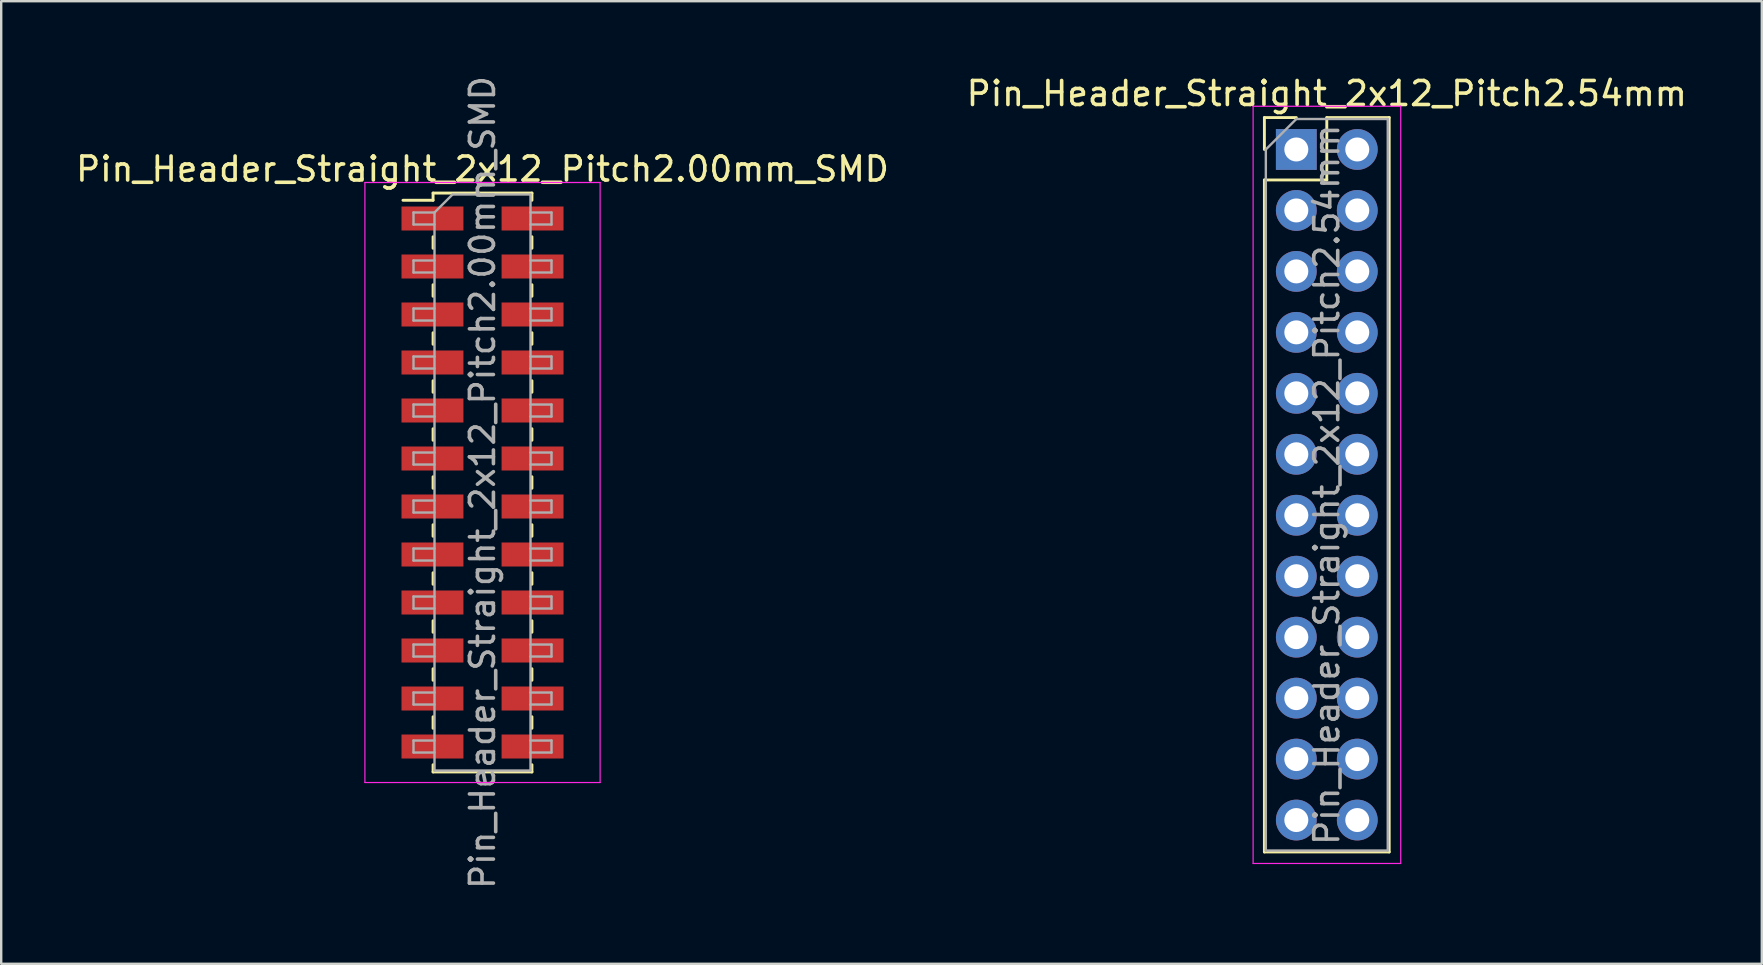
<source format=kicad_pcb>
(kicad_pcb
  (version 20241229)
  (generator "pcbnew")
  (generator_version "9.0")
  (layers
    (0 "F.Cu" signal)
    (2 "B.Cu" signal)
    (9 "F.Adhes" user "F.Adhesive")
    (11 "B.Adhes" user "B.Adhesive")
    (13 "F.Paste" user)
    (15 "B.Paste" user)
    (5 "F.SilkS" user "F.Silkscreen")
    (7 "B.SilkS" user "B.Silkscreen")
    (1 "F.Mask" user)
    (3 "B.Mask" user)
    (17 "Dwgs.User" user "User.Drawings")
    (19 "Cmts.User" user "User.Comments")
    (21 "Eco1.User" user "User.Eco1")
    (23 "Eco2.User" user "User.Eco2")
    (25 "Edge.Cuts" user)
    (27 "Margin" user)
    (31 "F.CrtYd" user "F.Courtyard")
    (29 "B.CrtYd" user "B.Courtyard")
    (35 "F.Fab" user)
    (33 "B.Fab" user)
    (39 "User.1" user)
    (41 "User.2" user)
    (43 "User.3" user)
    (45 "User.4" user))
  (footprint "Pin_Header_Straight_2x12_Pitch2.00mm_SMD"
    (layer "F.Cu")
    (at 17.054 17.054)
    (property "Reference" "Pin_Header_Straight_2x12_Pitch2.00mm_SMD" (at 0 -13.06 0) (layer "F.SilkS") (effects (font (size 1 1) (thickness 0.15))))
    (attr smd)
    (fp_line (start -3.315 -11.76) (end -2.06 -11.76) (stroke (width 0.12) (type solid)) (layer "F.SilkS"))
    (fp_line (start -2.06 -12.06) (end -2.06 -11.76) (stroke (width 0.12) (type solid)) (layer "F.SilkS"))
    (fp_line (start -2.06 -12.06) (end 2.06 -12.06) (stroke (width 0.12) (type solid)) (layer "F.SilkS"))
    (fp_line (start -2.06 -10.24) (end -2.06 -9.76) (stroke (width 0.12) (type solid)) (layer "F.SilkS"))
    (fp_line (start -2.06 -8.24) (end -2.06 -7.76) (stroke (width 0.12) (type solid)) (layer "F.SilkS"))
    (fp_line (start -2.06 -6.24) (end -2.06 -5.76) (stroke (width 0.12) (type solid)) (layer "F.SilkS"))
    (fp_line (start -2.06 -4.24) (end -2.06 -3.76) (stroke (width 0.12) (type solid)) (layer "F.SilkS"))
    (fp_line (start -2.06 -2.24) (end -2.06 -1.76) (stroke (width 0.12) (type solid)) (layer "F.SilkS"))
    (fp_line (start -2.06 -0.24) (end -2.06 0.24) (stroke (width 0.12) (type solid)) (layer "F.SilkS"))
    (fp_line (start -2.06 1.76) (end -2.06 2.24) (stroke (width 0.12) (type solid)) (layer "F.SilkS"))
    (fp_line (start -2.06 3.76) (end -2.06 4.24) (stroke (width 0.12) (type solid)) (layer "F.SilkS"))
    (fp_line (start -2.06 5.76) (end -2.06 6.24) (stroke (width 0.12) (type solid)) (layer "F.SilkS"))
    (fp_line (start -2.06 7.76) (end -2.06 8.24) (stroke (width 0.12) (type solid)) (layer "F.SilkS"))
    (fp_line (start -2.06 9.76) (end -2.06 10.24) (stroke (width 0.12) (type solid)) (layer "F.SilkS"))
    (fp_line (start -2.06 11.76) (end -2.06 12.06) (stroke (width 0.12) (type solid)) (layer "F.SilkS"))
    (fp_line (start -2.06 12.06) (end 2.06 12.06) (stroke (width 0.12) (type solid)) (layer "F.SilkS"))
    (fp_line (start 2.06 -12.06) (end 2.06 -11.76) (stroke (width 0.12) (type solid)) (layer "F.SilkS"))
    (fp_line (start 2.06 -10.24) (end 2.06 -9.76) (stroke (width 0.12) (type solid)) (layer "F.SilkS"))
    (fp_line (start 2.06 -8.24) (end 2.06 -7.76) (stroke (width 0.12) (type solid)) (layer "F.SilkS"))
    (fp_line (start 2.06 -6.24) (end 2.06 -5.76) (stroke (width 0.12) (type solid)) (layer "F.SilkS"))
    (fp_line (start 2.06 -4.24) (end 2.06 -3.76) (stroke (width 0.12) (type solid)) (layer "F.SilkS"))
    (fp_line (start 2.06 -2.24) (end 2.06 -1.76) (stroke (width 0.12) (type solid)) (layer "F.SilkS"))
    (fp_line (start 2.06 -0.24) (end 2.06 0.24) (stroke (width 0.12) (type solid)) (layer "F.SilkS"))
    (fp_line (start 2.06 1.76) (end 2.06 2.24) (stroke (width 0.12) (type solid)) (layer "F.SilkS"))
    (fp_line (start 2.06 3.76) (end 2.06 4.24) (stroke (width 0.12) (type solid)) (layer "F.SilkS"))
    (fp_line (start 2.06 5.76) (end 2.06 6.24) (stroke (width 0.12) (type solid)) (layer "F.SilkS"))
    (fp_line (start 2.06 7.76) (end 2.06 8.24) (stroke (width 0.12) (type solid)) (layer "F.SilkS"))
    (fp_line (start 2.06 9.76) (end 2.06 10.24) (stroke (width 0.12) (type solid)) (layer "F.SilkS"))
    (fp_line (start 2.06 11.76) (end 2.06 12.06) (stroke (width 0.12) (type solid)) (layer "F.SilkS"))
    (fp_line (start -4.9 -12.5) (end -4.9 12.5) (stroke (width 0.05) (type solid)) (layer "F.CrtYd"))
    (fp_line (start -4.9 12.5) (end 4.9 12.5) (stroke (width 0.05) (type solid)) (layer "F.CrtYd"))
    (fp_line (start 4.9 -12.5) (end -4.9 -12.5) (stroke (width 0.05) (type solid)) (layer "F.CrtYd"))
    (fp_line (start 4.9 12.5) (end 4.9 -12.5) (stroke (width 0.05) (type solid)) (layer "F.CrtYd"))
    (fp_line (start -2.875 -11.25) (end -2.875 -10.75) (stroke (width 0.1) (type solid)) (layer "F.Fab"))
    (fp_line (start -2.875 -10.75) (end -2 -10.75) (stroke (width 0.1) (type solid)) (layer "F.Fab"))
    (fp_line (start -2.875 -9.25) (end -2.875 -8.75) (stroke (width 0.1) (type solid)) (layer "F.Fab"))
    (fp_line (start -2.875 -8.75) (end -2 -8.75) (stroke (width 0.1) (type solid)) (layer "F.Fab"))
    (fp_line (start -2.875 -7.25) (end -2.875 -6.75) (stroke (width 0.1) (type solid)) (layer "F.Fab"))
    (fp_line (start -2.875 -6.75) (end -2 -6.75) (stroke (width 0.1) (type solid)) (layer "F.Fab"))
    (fp_line (start -2.875 -5.25) (end -2.875 -4.75) (stroke (width 0.1) (type solid)) (layer "F.Fab"))
    (fp_line (start -2.875 -4.75) (end -2 -4.75) (stroke (width 0.1) (type solid)) (layer "F.Fab"))
    (fp_line (start -2.875 -3.25) (end -2.875 -2.75) (stroke (width 0.1) (type solid)) (layer "F.Fab"))
    (fp_line (start -2.875 -2.75) (end -2 -2.75) (stroke (width 0.1) (type solid)) (layer "F.Fab"))
    (fp_line (start -2.875 -1.25) (end -2.875 -0.75) (stroke (width 0.1) (type solid)) (layer "F.Fab"))
    (fp_line (start -2.875 -0.75) (end -2 -0.75) (stroke (width 0.1) (type solid)) (layer "F.Fab"))
    (fp_line (start -2.875 0.75) (end -2.875 1.25) (stroke (width 0.1) (type solid)) (layer "F.Fab"))
    (fp_line (start -2.875 1.25) (end -2 1.25) (stroke (width 0.1) (type solid)) (layer "F.Fab"))
    (fp_line (start -2.875 2.75) (end -2.875 3.25) (stroke (width 0.1) (type solid)) (layer "F.Fab"))
    (fp_line (start -2.875 3.25) (end -2 3.25) (stroke (width 0.1) (type solid)) (layer "F.Fab"))
    (fp_line (start -2.875 4.75) (end -2.875 5.25) (stroke (width 0.1) (type solid)) (layer "F.Fab"))
    (fp_line (start -2.875 5.25) (end -2 5.25) (stroke (width 0.1) (type solid)) (layer "F.Fab"))
    (fp_line (start -2.875 6.75) (end -2.875 7.25) (stroke (width 0.1) (type solid)) (layer "F.Fab"))
    (fp_line (start -2.875 7.25) (end -2 7.25) (stroke (width 0.1) (type solid)) (layer "F.Fab"))
    (fp_line (start -2.875 8.75) (end -2.875 9.25) (stroke (width 0.1) (type solid)) (layer "F.Fab"))
    (fp_line (start -2.875 9.25) (end -2 9.25) (stroke (width 0.1) (type solid)) (layer "F.Fab"))
    (fp_line (start -2.875 10.75) (end -2.875 11.25) (stroke (width 0.1) (type solid)) (layer "F.Fab"))
    (fp_line (start -2.875 11.25) (end -2 11.25) (stroke (width 0.1) (type solid)) (layer "F.Fab"))
    (fp_line (start -2 -11.25) (end -2.875 -11.25) (stroke (width 0.1) (type solid)) (layer "F.Fab"))
    (fp_line (start -2 -11.25) (end -1.25 -12) (stroke (width 0.1) (type solid)) (layer "F.Fab"))
    (fp_line (start -2 -9.25) (end -2.875 -9.25) (stroke (width 0.1) (type solid)) (layer "F.Fab"))
    (fp_line (start -2 -7.25) (end -2.875 -7.25) (stroke (width 0.1) (type solid)) (layer "F.Fab"))
    (fp_line (start -2 -5.25) (end -2.875 -5.25) (stroke (width 0.1) (type solid)) (layer "F.Fab"))
    (fp_line (start -2 -3.25) (end -2.875 -3.25) (stroke (width 0.1) (type solid)) (layer "F.Fab"))
    (fp_line (start -2 -1.25) (end -2.875 -1.25) (stroke (width 0.1) (type solid)) (layer "F.Fab"))
    (fp_line (start -2 0.75) (end -2.875 0.75) (stroke (width 0.1) (type solid)) (layer "F.Fab"))
    (fp_line (start -2 2.75) (end -2.875 2.75) (stroke (width 0.1) (type solid)) (layer "F.Fab"))
    (fp_line (start -2 4.75) (end -2.875 4.75) (stroke (width 0.1) (type solid)) (layer "F.Fab"))
    (fp_line (start -2 6.75) (end -2.875 6.75) (stroke (width 0.1) (type solid)) (layer "F.Fab"))
    (fp_line (start -2 8.75) (end -2.875 8.75) (stroke (width 0.1) (type solid)) (layer "F.Fab"))
    (fp_line (start -2 10.75) (end -2.875 10.75) (stroke (width 0.1) (type solid)) (layer "F.Fab"))
    (fp_line (start -2 12) (end -2 -11.25) (stroke (width 0.1) (type solid)) (layer "F.Fab"))
    (fp_line (start -1.25 -12) (end 2 -12) (stroke (width 0.1) (type solid)) (layer "F.Fab"))
    (fp_line (start 2 -12) (end 2 12) (stroke (width 0.1) (type solid)) (layer "F.Fab"))
    (fp_line (start 2 -11.25) (end 2.875 -11.25) (stroke (width 0.1) (type solid)) (layer "F.Fab"))
    (fp_line (start 2 -9.25) (end 2.875 -9.25) (stroke (width 0.1) (type solid)) (layer "F.Fab"))
    (fp_line (start 2 -7.25) (end 2.875 -7.25) (stroke (width 0.1) (type solid)) (layer "F.Fab"))
    (fp_line (start 2 -5.25) (end 2.875 -5.25) (stroke (width 0.1) (type solid)) (layer "F.Fab"))
    (fp_line (start 2 -3.25) (end 2.875 -3.25) (stroke (width 0.1) (type solid)) (layer "F.Fab"))
    (fp_line (start 2 -1.25) (end 2.875 -1.25) (stroke (width 0.1) (type solid)) (layer "F.Fab"))
    (fp_line (start 2 0.75) (end 2.875 0.75) (stroke (width 0.1) (type solid)) (layer "F.Fab"))
    (fp_line (start 2 2.75) (end 2.875 2.75) (stroke (width 0.1) (type solid)) (layer "F.Fab"))
    (fp_line (start 2 4.75) (end 2.875 4.75) (stroke (width 0.1) (type solid)) (layer "F.Fab"))
    (fp_line (start 2 6.75) (end 2.875 6.75) (stroke (width 0.1) (type solid)) (layer "F.Fab"))
    (fp_line (start 2 8.75) (end 2.875 8.75) (stroke (width 0.1) (type solid)) (layer "F.Fab"))
    (fp_line (start 2 10.75) (end 2.875 10.75) (stroke (width 0.1) (type solid)) (layer "F.Fab"))
    (fp_line (start 2 12) (end -2 12) (stroke (width 0.1) (type solid)) (layer "F.Fab"))
    (fp_line (start 2.875 -11.25) (end 2.875 -10.75) (stroke (width 0.1) (type solid)) (layer "F.Fab"))
    (fp_line (start 2.875 -10.75) (end 2 -10.75) (stroke (width 0.1) (type solid)) (layer "F.Fab"))
    (fp_line (start 2.875 -9.25) (end 2.875 -8.75) (stroke (width 0.1) (type solid)) (layer "F.Fab"))
    (fp_line (start 2.875 -8.75) (end 2 -8.75) (stroke (width 0.1) (type solid)) (layer "F.Fab"))
    (fp_line (start 2.875 -7.25) (end 2.875 -6.75) (stroke (width 0.1) (type solid)) (layer "F.Fab"))
    (fp_line (start 2.875 -6.75) (end 2 -6.75) (stroke (width 0.1) (type solid)) (layer "F.Fab"))
    (fp_line (start 2.875 -5.25) (end 2.875 -4.75) (stroke (width 0.1) (type solid)) (layer "F.Fab"))
    (fp_line (start 2.875 -4.75) (end 2 -4.75) (stroke (width 0.1) (type solid)) (layer "F.Fab"))
    (fp_line (start 2.875 -3.25) (end 2.875 -2.75) (stroke (width 0.1) (type solid)) (layer "F.Fab"))
    (fp_line (start 2.875 -2.75) (end 2 -2.75) (stroke (width 0.1) (type solid)) (layer "F.Fab"))
    (fp_line (start 2.875 -1.25) (end 2.875 -0.75) (stroke (width 0.1) (type solid)) (layer "F.Fab"))
    (fp_line (start 2.875 -0.75) (end 2 -0.75) (stroke (width 0.1) (type solid)) (layer "F.Fab"))
    (fp_line (start 2.875 0.75) (end 2.875 1.25) (stroke (width 0.1) (type solid)) (layer "F.Fab"))
    (fp_line (start 2.875 1.25) (end 2 1.25) (stroke (width 0.1) (type solid)) (layer "F.Fab"))
    (fp_line (start 2.875 2.75) (end 2.875 3.25) (stroke (width 0.1) (type solid)) (layer "F.Fab"))
    (fp_line (start 2.875 3.25) (end 2 3.25) (stroke (width 0.1) (type solid)) (layer "F.Fab"))
    (fp_line (start 2.875 4.75) (end 2.875 5.25) (stroke (width 0.1) (type solid)) (layer "F.Fab"))
    (fp_line (start 2.875 5.25) (end 2 5.25) (stroke (width 0.1) (type solid)) (layer "F.Fab"))
    (fp_line (start 2.875 6.75) (end 2.875 7.25) (stroke (width 0.1) (type solid)) (layer "F.Fab"))
    (fp_line (start 2.875 7.25) (end 2 7.25) (stroke (width 0.1) (type solid)) (layer "F.Fab"))
    (fp_line (start 2.875 8.75) (end 2.875 9.25) (stroke (width 0.1) (type solid)) (layer "F.Fab"))
    (fp_line (start 2.875 9.25) (end 2 9.25) (stroke (width 0.1) (type solid)) (layer "F.Fab"))
    (fp_line (start 2.875 10.75) (end 2.875 11.25) (stroke (width 0.1) (type solid)) (layer "F.Fab"))
    (fp_line (start 2.875 11.25) (end 2 11.25) (stroke (width 0.1) (type solid)) (layer "F.Fab"))
    (fp_text user "${REFERENCE}" (at 0 0 90) (layer "F.Fab") (effects (font (size 1 1) (thickness 0.15))))
    (pad "1" smd rect (at -2.085 -11) (size 2.58 1) (layers "F.Cu" "F.Mask" "F.Paste"))
    (pad "2" smd rect (at 2.085 -11) (size 2.58 1) (layers "F.Cu" "F.Mask" "F.Paste"))
    (pad "3" smd rect (at -2.085 -9) (size 2.58 1) (layers "F.Cu" "F.Mask" "F.Paste"))
    (pad "4" smd rect (at 2.085 -9) (size 2.58 1) (layers "F.Cu" "F.Mask" "F.Paste"))
    (pad "5" smd rect (at -2.085 -7) (size 2.58 1) (layers "F.Cu" "F.Mask" "F.Paste"))
    (pad "6" smd rect (at 2.085 -7) (size 2.58 1) (layers "F.Cu" "F.Mask" "F.Paste"))
    (pad "7" smd rect (at -2.085 -5) (size 2.58 1) (layers "F.Cu" "F.Mask" "F.Paste"))
    (pad "8" smd rect (at 2.085 -5) (size 2.58 1) (layers "F.Cu" "F.Mask" "F.Paste"))
    (pad "9" smd rect (at -2.085 -3) (size 2.58 1) (layers "F.Cu" "F.Mask" "F.Paste"))
    (pad "10" smd rect (at 2.085 -3) (size 2.58 1) (layers "F.Cu" "F.Mask" "F.Paste"))
    (pad "11" smd rect (at -2.085 -1) (size 2.58 1) (layers "F.Cu" "F.Mask" "F.Paste"))
    (pad "12" smd rect (at 2.085 -1) (size 2.58 1) (layers "F.Cu" "F.Mask" "F.Paste"))
    (pad "13" smd rect (at -2.085 1) (size 2.58 1) (layers "F.Cu" "F.Mask" "F.Paste"))
    (pad "14" smd rect (at 2.085 1) (size 2.58 1) (layers "F.Cu" "F.Mask" "F.Paste"))
    (pad "15" smd rect (at -2.085 3) (size 2.58 1) (layers "F.Cu" "F.Mask" "F.Paste"))
    (pad "16" smd rect (at 2.085 3) (size 2.58 1) (layers "F.Cu" "F.Mask" "F.Paste"))
    (pad "17" smd rect (at -2.085 5) (size 2.58 1) (layers "F.Cu" "F.Mask" "F.Paste"))
    (pad "18" smd rect (at 2.085 5) (size 2.58 1) (layers "F.Cu" "F.Mask" "F.Paste"))
    (pad "19" smd rect (at -2.085 7) (size 2.58 1) (layers "F.Cu" "F.Mask" "F.Paste"))
    (pad "20" smd rect (at 2.085 7) (size 2.58 1) (layers "F.Cu" "F.Mask" "F.Paste"))
    (pad "21" smd rect (at -2.085 9) (size 2.58 1) (layers "F.Cu" "F.Mask" "F.Paste"))
    (pad "22" smd rect (at 2.085 9) (size 2.58 1) (layers "F.Cu" "F.Mask" "F.Paste"))
    (pad "23" smd rect (at -2.085 11) (size 2.58 1) (layers "F.Cu" "F.Mask" "F.Paste"))
    (pad "24" smd rect (at 2.085 11) (size 2.58 1) (layers "F.Cu" "F.Mask" "F.Paste")))
  (footprint "Pin_Header_Straight_2x12_Pitch2.54mm"
    (layer "F.Cu")
    (at 50.962 3.178)
    (property "Reference" "Pin_Header_Straight_2x12_Pitch2.54mm" (at 1.27 -2.33 0) (layer "F.SilkS") (effects (font (size 1 1) (thickness 0.15))))
    (attr through_hole)
    (fp_line (start -1.33 -1.33) (end 0 -1.33) (stroke (width 0.12) (type solid)) (layer "F.SilkS"))
    (fp_line (start -1.33 0) (end -1.33 -1.33) (stroke (width 0.12) (type solid)) (layer "F.SilkS"))
    (fp_line (start -1.33 1.27) (end -1.33 29.27) (stroke (width 0.12) (type solid)) (layer "F.SilkS"))
    (fp_line (start -1.33 1.27) (end 1.27 1.27) (stroke (width 0.12) (type solid)) (layer "F.SilkS"))
    (fp_line (start -1.33 29.27) (end 3.87 29.27) (stroke (width 0.12) (type solid)) (layer "F.SilkS"))
    (fp_line (start 1.27 -1.33) (end 3.87 -1.33) (stroke (width 0.12) (type solid)) (layer "F.SilkS"))
    (fp_line (start 1.27 1.27) (end 1.27 -1.33) (stroke (width 0.12) (type solid)) (layer "F.SilkS"))
    (fp_line (start 3.87 -1.33) (end 3.87 29.27) (stroke (width 0.12) (type solid)) (layer "F.SilkS"))
    (fp_line (start -1.8 -1.8) (end -1.8 29.75) (stroke (width 0.05) (type solid)) (layer "F.CrtYd"))
    (fp_line (start -1.8 29.75) (end 4.35 29.75) (stroke (width 0.05) (type solid)) (layer "F.CrtYd"))
    (fp_line (start 4.35 -1.8) (end -1.8 -1.8) (stroke (width 0.05) (type solid)) (layer "F.CrtYd"))
    (fp_line (start 4.35 29.75) (end 4.35 -1.8) (stroke (width 0.05) (type solid)) (layer "F.CrtYd"))
    (fp_line (start -1.27 0) (end 0 -1.27) (stroke (width 0.1) (type solid)) (layer "F.Fab"))
    (fp_line (start -1.27 29.21) (end -1.27 0) (stroke (width 0.1) (type solid)) (layer "F.Fab"))
    (fp_line (start 0 -1.27) (end 3.81 -1.27) (stroke (width 0.1) (type solid)) (layer "F.Fab"))
    (fp_line (start 3.81 -1.27) (end 3.81 29.21) (stroke (width 0.1) (type solid)) (layer "F.Fab"))
    (fp_line (start 3.81 29.21) (end -1.27 29.21) (stroke (width 0.1) (type solid)) (layer "F.Fab"))
    (fp_text user "${REFERENCE}" (at 1.27 13.97 90) (layer "F.Fab") (effects (font (size 1 1) (thickness 0.15))))
    (pad "1" thru_hole rect (at 0 0) (size 1.7 1.7) (drill 1) (layers "*.Cu" "*.Mask"))
    (pad "2" thru_hole oval (at 2.54 0) (size 1.7 1.7) (drill 1) (layers "*.Cu" "*.Mask"))
    (pad "3" thru_hole oval (at 0 2.54) (size 1.7 1.7) (drill 1) (layers "*.Cu" "*.Mask"))
    (pad "4" thru_hole oval (at 2.54 2.54) (size 1.7 1.7) (drill 1) (layers "*.Cu" "*.Mask"))
    (pad "5" thru_hole oval (at 0 5.08) (size 1.7 1.7) (drill 1) (layers "*.Cu" "*.Mask"))
    (pad "6" thru_hole oval (at 2.54 5.08) (size 1.7 1.7) (drill 1) (layers "*.Cu" "*.Mask"))
    (pad "7" thru_hole oval (at 0 7.62) (size 1.7 1.7) (drill 1) (layers "*.Cu" "*.Mask"))
    (pad "8" thru_hole oval (at 2.54 7.62) (size 1.7 1.7) (drill 1) (layers "*.Cu" "*.Mask"))
    (pad "9" thru_hole oval (at 0 10.16) (size 1.7 1.7) (drill 1) (layers "*.Cu" "*.Mask"))
    (pad "10" thru_hole oval (at 2.54 10.16) (size 1.7 1.7) (drill 1) (layers "*.Cu" "*.Mask"))
    (pad "11" thru_hole oval (at 0 12.7) (size 1.7 1.7) (drill 1) (layers "*.Cu" "*.Mask"))
    (pad "12" thru_hole oval (at 2.54 12.7) (size 1.7 1.7) (drill 1) (layers "*.Cu" "*.Mask"))
    (pad "13" thru_hole oval (at 0 15.24) (size 1.7 1.7) (drill 1) (layers "*.Cu" "*.Mask"))
    (pad "14" thru_hole oval (at 2.54 15.24) (size 1.7 1.7) (drill 1) (layers "*.Cu" "*.Mask"))
    (pad "15" thru_hole oval (at 0 17.78) (size 1.7 1.7) (drill 1) (layers "*.Cu" "*.Mask"))
    (pad "16" thru_hole oval (at 2.54 17.78) (size 1.7 1.7) (drill 1) (layers "*.Cu" "*.Mask"))
    (pad "17" thru_hole oval (at 0 20.32) (size 1.7 1.7) (drill 1) (layers "*.Cu" "*.Mask"))
    (pad "18" thru_hole oval (at 2.54 20.32) (size 1.7 1.7) (drill 1) (layers "*.Cu" "*.Mask"))
    (pad "19" thru_hole oval (at 0 22.86) (size 1.7 1.7) (drill 1) (layers "*.Cu" "*.Mask"))
    (pad "20" thru_hole oval (at 2.54 22.86) (size 1.7 1.7) (drill 1) (layers "*.Cu" "*.Mask"))
    (pad "21" thru_hole oval (at 0 25.4) (size 1.7 1.7) (drill 1) (layers "*.Cu" "*.Mask"))
    (pad "22" thru_hole oval (at 2.54 25.4) (size 1.7 1.7) (drill 1) (layers "*.Cu" "*.Mask"))
    (pad "23" thru_hole oval (at 0 27.94) (size 1.7 1.7) (drill 1) (layers "*.Cu" "*.Mask"))
    (pad "24" thru_hole oval (at 2.54 27.94) (size 1.7 1.7) (drill 1) (layers "*.Cu" "*.Mask")))
  (gr_rect
    (start -3 -3)
    (end 70.357 37.107)
    (stroke (width 0.1) (type default))
    (fill no)
    (layer "Edge.Cuts")))
</source>
